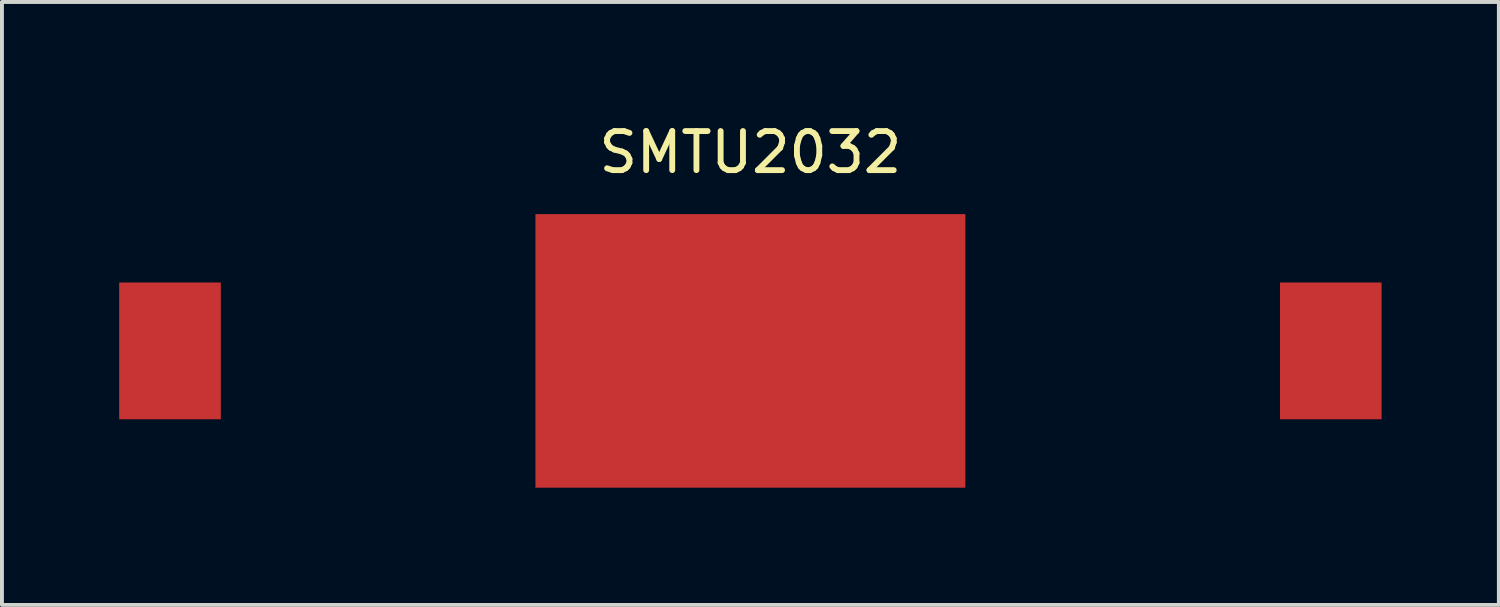
<source format=kicad_pcb>
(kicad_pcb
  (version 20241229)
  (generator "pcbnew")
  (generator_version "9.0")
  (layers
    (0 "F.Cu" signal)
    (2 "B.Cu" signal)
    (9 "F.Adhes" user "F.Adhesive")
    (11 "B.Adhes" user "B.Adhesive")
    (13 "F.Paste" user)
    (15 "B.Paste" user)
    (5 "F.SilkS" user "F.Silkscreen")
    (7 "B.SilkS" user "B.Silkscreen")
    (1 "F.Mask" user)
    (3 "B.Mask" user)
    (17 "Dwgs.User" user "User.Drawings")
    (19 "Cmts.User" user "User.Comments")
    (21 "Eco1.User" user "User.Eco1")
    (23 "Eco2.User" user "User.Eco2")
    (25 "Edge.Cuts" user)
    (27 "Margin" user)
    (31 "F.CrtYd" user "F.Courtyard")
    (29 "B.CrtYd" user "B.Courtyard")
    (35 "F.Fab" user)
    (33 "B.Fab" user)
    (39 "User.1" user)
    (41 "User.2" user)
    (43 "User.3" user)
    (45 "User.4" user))
  (footprint "SMTU2032"
    (layer "F.Cu")
    (at 16.15 5.928)
    (property "Reference" "SMTU2032" (at 0 -5.08 0) (layer "F.SilkS") (effects (font (size 1 1) (thickness 0.15))))
    (attr through_hole)
    (pad "1" smd rect (at 14.85 0) (size 2.6 3.5) (layers "F.Cu" "F.Mask" "F.Paste"))
    (pad "2" smd rect (at -14.85 0) (size 2.6 3.5) (layers "F.Cu" "F.Mask" "F.Paste"))
    (pad "3" smd rect (at 0 0) (size 11 7) (layers "F.Cu" "F.Mask" "F.Paste")))
  (gr_rect
    (start -3 -3)
    (end 35.3 12.428)
    (stroke (width 0.1) (type default))
    (fill no)
    (layer "Edge.Cuts")))
</source>
